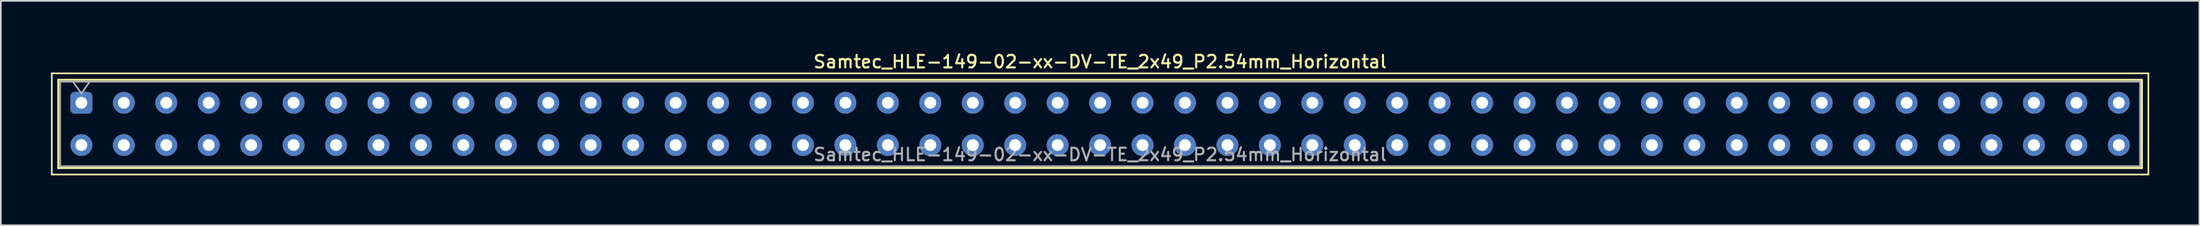
<source format=kicad_pcb>
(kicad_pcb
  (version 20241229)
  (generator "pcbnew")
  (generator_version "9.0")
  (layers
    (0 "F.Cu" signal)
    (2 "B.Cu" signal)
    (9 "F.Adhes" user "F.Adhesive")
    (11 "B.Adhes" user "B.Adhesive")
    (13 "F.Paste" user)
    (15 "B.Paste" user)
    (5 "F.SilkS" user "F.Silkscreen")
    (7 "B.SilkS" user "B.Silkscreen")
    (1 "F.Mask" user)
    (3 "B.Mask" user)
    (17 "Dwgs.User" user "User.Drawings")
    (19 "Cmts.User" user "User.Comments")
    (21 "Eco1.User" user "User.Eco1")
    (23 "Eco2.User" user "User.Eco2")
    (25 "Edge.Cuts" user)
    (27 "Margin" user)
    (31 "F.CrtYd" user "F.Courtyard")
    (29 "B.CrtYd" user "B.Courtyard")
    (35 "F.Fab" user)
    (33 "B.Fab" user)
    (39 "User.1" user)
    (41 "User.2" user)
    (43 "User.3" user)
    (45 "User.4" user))
  (footprint "Samtec_HLE-149-02-xx-DV-TE_2x49_P2.54mm_Horizontal"
    (layer "F.Cu")
    (at 1.82 3.128)
    (property "Reference" "Samtec_HLE-149-02-xx-DV-TE_2x49_P2.54mm_Horizontal" (at 60.96 -2.47 0) (layer "F.SilkS") (effects (font (size 0.75 0.75) (thickness 0.125))))
    (attr through_hole)
    (fp_line (start -1.77 -1.77) (end 123.69 -1.77) (stroke (width 0.1) (type solid)) (layer "F.SilkS"))
    (fp_line (start -1.77 4.31) (end -1.77 -1.77) (stroke (width 0.1) (type solid)) (layer "F.SilkS"))
    (fp_line (start -1.38 -1.38) (end 123.3 -1.38) (stroke (width 0.12) (type solid)) (layer "F.SilkS"))
    (fp_line (start -1.38 3.92) (end -1.38 -1.38) (stroke (width 0.12) (type solid)) (layer "F.SilkS"))
    (fp_line (start 123.3 -1.38) (end 123.3 3.92) (stroke (width 0.12) (type solid)) (layer "F.SilkS"))
    (fp_line (start 123.3 3.92) (end -1.38 3.92) (stroke (width 0.12) (type solid)) (layer "F.SilkS"))
    (fp_line (start 123.69 -1.77) (end 123.69 4.31) (stroke (width 0.1) (type solid)) (layer "F.SilkS"))
    (fp_line (start 123.69 4.31) (end -1.77 4.31) (stroke (width 0.1) (type solid)) (layer "F.SilkS"))
    (fp_line (start -1.27 -1.27) (end 123.19 -1.27) (stroke (width 0.1) (type solid)) (layer "F.Fab"))
    (fp_line (start -1.27 3.81) (end -1.27 -1.27) (stroke (width 0.1) (type solid)) (layer "F.Fab"))
    (fp_line (start -0.5 -1.27) (end 0 -0.563) (stroke (width 0.1) (type solid)) (layer "F.Fab"))
    (fp_line (start 0 -0.563) (end 0.5 -1.27) (stroke (width 0.1) (type solid)) (layer "F.Fab"))
    (fp_line (start 123.19 -1.27) (end 123.19 3.81) (stroke (width 0.1) (type solid)) (layer "F.Fab"))
    (fp_line (start 123.19 3.81) (end -1.27 3.81) (stroke (width 0.1) (type solid)) (layer "F.Fab"))
    (fp_text user "${REFERENCE}" (at 60.96 3.11 0) (layer "F.Fab") (effects (font (size 0.75 0.75) (thickness 0.125))))
    (pad "1" thru_hole roundrect (at 0 0) (size 1.31 1.31) (drill 0.71) (layers "*.Cu" "*.Mask") (roundrect_rratio 0.191))
    (pad "2" thru_hole circle (at 0 2.54) (size 1.31 1.31) (drill 0.71) (layers "*.Cu" "*.Mask"))
    (pad "3" thru_hole circle (at 2.54 0) (size 1.31 1.31) (drill 0.71) (layers "*.Cu" "*.Mask"))
    (pad "4" thru_hole circle (at 2.54 2.54) (size 1.31 1.31) (drill 0.71) (layers "*.Cu" "*.Mask"))
    (pad "5" thru_hole circle (at 5.08 0) (size 1.31 1.31) (drill 0.71) (layers "*.Cu" "*.Mask"))
    (pad "6" thru_hole circle (at 5.08 2.54) (size 1.31 1.31) (drill 0.71) (layers "*.Cu" "*.Mask"))
    (pad "7" thru_hole circle (at 7.62 0) (size 1.31 1.31) (drill 0.71) (layers "*.Cu" "*.Mask"))
    (pad "8" thru_hole circle (at 7.62 2.54) (size 1.31 1.31) (drill 0.71) (layers "*.Cu" "*.Mask"))
    (pad "9" thru_hole circle (at 10.16 0) (size 1.31 1.31) (drill 0.71) (layers "*.Cu" "*.Mask"))
    (pad "10" thru_hole circle (at 10.16 2.54) (size 1.31 1.31) (drill 0.71) (layers "*.Cu" "*.Mask"))
    (pad "11" thru_hole circle (at 12.7 0) (size 1.31 1.31) (drill 0.71) (layers "*.Cu" "*.Mask"))
    (pad "12" thru_hole circle (at 12.7 2.54) (size 1.31 1.31) (drill 0.71) (layers "*.Cu" "*.Mask"))
    (pad "13" thru_hole circle (at 15.24 0) (size 1.31 1.31) (drill 0.71) (layers "*.Cu" "*.Mask"))
    (pad "14" thru_hole circle (at 15.24 2.54) (size 1.31 1.31) (drill 0.71) (layers "*.Cu" "*.Mask"))
    (pad "15" thru_hole circle (at 17.78 0) (size 1.31 1.31) (drill 0.71) (layers "*.Cu" "*.Mask"))
    (pad "16" thru_hole circle (at 17.78 2.54) (size 1.31 1.31) (drill 0.71) (layers "*.Cu" "*.Mask"))
    (pad "17" thru_hole circle (at 20.32 0) (size 1.31 1.31) (drill 0.71) (layers "*.Cu" "*.Mask"))
    (pad "18" thru_hole circle (at 20.32 2.54) (size 1.31 1.31) (drill 0.71) (layers "*.Cu" "*.Mask"))
    (pad "19" thru_hole circle (at 22.86 0) (size 1.31 1.31) (drill 0.71) (layers "*.Cu" "*.Mask"))
    (pad "20" thru_hole circle (at 22.86 2.54) (size 1.31 1.31) (drill 0.71) (layers "*.Cu" "*.Mask"))
    (pad "21" thru_hole circle (at 25.4 0) (size 1.31 1.31) (drill 0.71) (layers "*.Cu" "*.Mask"))
    (pad "22" thru_hole circle (at 25.4 2.54) (size 1.31 1.31) (drill 0.71) (layers "*.Cu" "*.Mask"))
    (pad "23" thru_hole circle (at 27.94 0) (size 1.31 1.31) (drill 0.71) (layers "*.Cu" "*.Mask"))
    (pad "24" thru_hole circle (at 27.94 2.54) (size 1.31 1.31) (drill 0.71) (layers "*.Cu" "*.Mask"))
    (pad "25" thru_hole circle (at 30.48 0) (size 1.31 1.31) (drill 0.71) (layers "*.Cu" "*.Mask"))
    (pad "26" thru_hole circle (at 30.48 2.54) (size 1.31 1.31) (drill 0.71) (layers "*.Cu" "*.Mask"))
    (pad "27" thru_hole circle (at 33.02 0) (size 1.31 1.31) (drill 0.71) (layers "*.Cu" "*.Mask"))
    (pad "28" thru_hole circle (at 33.02 2.54) (size 1.31 1.31) (drill 0.71) (layers "*.Cu" "*.Mask"))
    (pad "29" thru_hole circle (at 35.56 0) (size 1.31 1.31) (drill 0.71) (layers "*.Cu" "*.Mask"))
    (pad "30" thru_hole circle (at 35.56 2.54) (size 1.31 1.31) (drill 0.71) (layers "*.Cu" "*.Mask"))
    (pad "31" thru_hole circle (at 38.1 0) (size 1.31 1.31) (drill 0.71) (layers "*.Cu" "*.Mask"))
    (pad "32" thru_hole circle (at 38.1 2.54) (size 1.31 1.31) (drill 0.71) (layers "*.Cu" "*.Mask"))
    (pad "33" thru_hole circle (at 40.64 0) (size 1.31 1.31) (drill 0.71) (layers "*.Cu" "*.Mask"))
    (pad "34" thru_hole circle (at 40.64 2.54) (size 1.31 1.31) (drill 0.71) (layers "*.Cu" "*.Mask"))
    (pad "35" thru_hole circle (at 43.18 0) (size 1.31 1.31) (drill 0.71) (layers "*.Cu" "*.Mask"))
    (pad "36" thru_hole circle (at 43.18 2.54) (size 1.31 1.31) (drill 0.71) (layers "*.Cu" "*.Mask"))
    (pad "37" thru_hole circle (at 45.72 0) (size 1.31 1.31) (drill 0.71) (layers "*.Cu" "*.Mask"))
    (pad "38" thru_hole circle (at 45.72 2.54) (size 1.31 1.31) (drill 0.71) (layers "*.Cu" "*.Mask"))
    (pad "39" thru_hole circle (at 48.26 0) (size 1.31 1.31) (drill 0.71) (layers "*.Cu" "*.Mask"))
    (pad "40" thru_hole circle (at 48.26 2.54) (size 1.31 1.31) (drill 0.71) (layers "*.Cu" "*.Mask"))
    (pad "41" thru_hole circle (at 50.8 0) (size 1.31 1.31) (drill 0.71) (layers "*.Cu" "*.Mask"))
    (pad "42" thru_hole circle (at 50.8 2.54) (size 1.31 1.31) (drill 0.71) (layers "*.Cu" "*.Mask"))
    (pad "43" thru_hole circle (at 53.34 0) (size 1.31 1.31) (drill 0.71) (layers "*.Cu" "*.Mask"))
    (pad "44" thru_hole circle (at 53.34 2.54) (size 1.31 1.31) (drill 0.71) (layers "*.Cu" "*.Mask"))
    (pad "45" thru_hole circle (at 55.88 0) (size 1.31 1.31) (drill 0.71) (layers "*.Cu" "*.Mask"))
    (pad "46" thru_hole circle (at 55.88 2.54) (size 1.31 1.31) (drill 0.71) (layers "*.Cu" "*.Mask"))
    (pad "47" thru_hole circle (at 58.42 0) (size 1.31 1.31) (drill 0.71) (layers "*.Cu" "*.Mask"))
    (pad "48" thru_hole circle (at 58.42 2.54) (size 1.31 1.31) (drill 0.71) (layers "*.Cu" "*.Mask"))
    (pad "49" thru_hole circle (at 60.96 0) (size 1.31 1.31) (drill 0.71) (layers "*.Cu" "*.Mask"))
    (pad "50" thru_hole circle (at 60.96 2.54) (size 1.31 1.31) (drill 0.71) (layers "*.Cu" "*.Mask"))
    (pad "51" thru_hole circle (at 63.5 0) (size 1.31 1.31) (drill 0.71) (layers "*.Cu" "*.Mask"))
    (pad "52" thru_hole circle (at 63.5 2.54) (size 1.31 1.31) (drill 0.71) (layers "*.Cu" "*.Mask"))
    (pad "53" thru_hole circle (at 66.04 0) (size 1.31 1.31) (drill 0.71) (layers "*.Cu" "*.Mask"))
    (pad "54" thru_hole circle (at 66.04 2.54) (size 1.31 1.31) (drill 0.71) (layers "*.Cu" "*.Mask"))
    (pad "55" thru_hole circle (at 68.58 0) (size 1.31 1.31) (drill 0.71) (layers "*.Cu" "*.Mask"))
    (pad "56" thru_hole circle (at 68.58 2.54) (size 1.31 1.31) (drill 0.71) (layers "*.Cu" "*.Mask"))
    (pad "57" thru_hole circle (at 71.12 0) (size 1.31 1.31) (drill 0.71) (layers "*.Cu" "*.Mask"))
    (pad "58" thru_hole circle (at 71.12 2.54) (size 1.31 1.31) (drill 0.71) (layers "*.Cu" "*.Mask"))
    (pad "59" thru_hole circle (at 73.66 0) (size 1.31 1.31) (drill 0.71) (layers "*.Cu" "*.Mask"))
    (pad "60" thru_hole circle (at 73.66 2.54) (size 1.31 1.31) (drill 0.71) (layers "*.Cu" "*.Mask"))
    (pad "61" thru_hole circle (at 76.2 0) (size 1.31 1.31) (drill 0.71) (layers "*.Cu" "*.Mask"))
    (pad "62" thru_hole circle (at 76.2 2.54) (size 1.31 1.31) (drill 0.71) (layers "*.Cu" "*.Mask"))
    (pad "63" thru_hole circle (at 78.74 0) (size 1.31 1.31) (drill 0.71) (layers "*.Cu" "*.Mask"))
    (pad "64" thru_hole circle (at 78.74 2.54) (size 1.31 1.31) (drill 0.71) (layers "*.Cu" "*.Mask"))
    (pad "65" thru_hole circle (at 81.28 0) (size 1.31 1.31) (drill 0.71) (layers "*.Cu" "*.Mask"))
    (pad "66" thru_hole circle (at 81.28 2.54) (size 1.31 1.31) (drill 0.71) (layers "*.Cu" "*.Mask"))
    (pad "67" thru_hole circle (at 83.82 0) (size 1.31 1.31) (drill 0.71) (layers "*.Cu" "*.Mask"))
    (pad "68" thru_hole circle (at 83.82 2.54) (size 1.31 1.31) (drill 0.71) (layers "*.Cu" "*.Mask"))
    (pad "69" thru_hole circle (at 86.36 0) (size 1.31 1.31) (drill 0.71) (layers "*.Cu" "*.Mask"))
    (pad "70" thru_hole circle (at 86.36 2.54) (size 1.31 1.31) (drill 0.71) (layers "*.Cu" "*.Mask"))
    (pad "71" thru_hole circle (at 88.9 0) (size 1.31 1.31) (drill 0.71) (layers "*.Cu" "*.Mask"))
    (pad "72" thru_hole circle (at 88.9 2.54) (size 1.31 1.31) (drill 0.71) (layers "*.Cu" "*.Mask"))
    (pad "73" thru_hole circle (at 91.44 0) (size 1.31 1.31) (drill 0.71) (layers "*.Cu" "*.Mask"))
    (pad "74" thru_hole circle (at 91.44 2.54) (size 1.31 1.31) (drill 0.71) (layers "*.Cu" "*.Mask"))
    (pad "75" thru_hole circle (at 93.98 0) (size 1.31 1.31) (drill 0.71) (layers "*.Cu" "*.Mask"))
    (pad "76" thru_hole circle (at 93.98 2.54) (size 1.31 1.31) (drill 0.71) (layers "*.Cu" "*.Mask"))
    (pad "77" thru_hole circle (at 96.52 0) (size 1.31 1.31) (drill 0.71) (layers "*.Cu" "*.Mask"))
    (pad "78" thru_hole circle (at 96.52 2.54) (size 1.31 1.31) (drill 0.71) (layers "*.Cu" "*.Mask"))
    (pad "79" thru_hole circle (at 99.06 0) (size 1.31 1.31) (drill 0.71) (layers "*.Cu" "*.Mask"))
    (pad "80" thru_hole circle (at 99.06 2.54) (size 1.31 1.31) (drill 0.71) (layers "*.Cu" "*.Mask"))
    (pad "81" thru_hole circle (at 101.6 0) (size 1.31 1.31) (drill 0.71) (layers "*.Cu" "*.Mask"))
    (pad "82" thru_hole circle (at 101.6 2.54) (size 1.31 1.31) (drill 0.71) (layers "*.Cu" "*.Mask"))
    (pad "83" thru_hole circle (at 104.14 0) (size 1.31 1.31) (drill 0.71) (layers "*.Cu" "*.Mask"))
    (pad "84" thru_hole circle (at 104.14 2.54) (size 1.31 1.31) (drill 0.71) (layers "*.Cu" "*.Mask"))
    (pad "85" thru_hole circle (at 106.68 0) (size 1.31 1.31) (drill 0.71) (layers "*.Cu" "*.Mask"))
    (pad "86" thru_hole circle (at 106.68 2.54) (size 1.31 1.31) (drill 0.71) (layers "*.Cu" "*.Mask"))
    (pad "87" thru_hole circle (at 109.22 0) (size 1.31 1.31) (drill 0.71) (layers "*.Cu" "*.Mask"))
    (pad "88" thru_hole circle (at 109.22 2.54) (size 1.31 1.31) (drill 0.71) (layers "*.Cu" "*.Mask"))
    (pad "89" thru_hole circle (at 111.76 0) (size 1.31 1.31) (drill 0.71) (layers "*.Cu" "*.Mask"))
    (pad "90" thru_hole circle (at 111.76 2.54) (size 1.31 1.31) (drill 0.71) (layers "*.Cu" "*.Mask"))
    (pad "91" thru_hole circle (at 114.3 0) (size 1.31 1.31) (drill 0.71) (layers "*.Cu" "*.Mask"))
    (pad "92" thru_hole circle (at 114.3 2.54) (size 1.31 1.31) (drill 0.71) (layers "*.Cu" "*.Mask"))
    (pad "93" thru_hole circle (at 116.84 0) (size 1.31 1.31) (drill 0.71) (layers "*.Cu" "*.Mask"))
    (pad "94" thru_hole circle (at 116.84 2.54) (size 1.31 1.31) (drill 0.71) (layers "*.Cu" "*.Mask"))
    (pad "95" thru_hole circle (at 119.38 0) (size 1.31 1.31) (drill 0.71) (layers "*.Cu" "*.Mask"))
    (pad "96" thru_hole circle (at 119.38 2.54) (size 1.31 1.31) (drill 0.71) (layers "*.Cu" "*.Mask"))
    (pad "97" thru_hole circle (at 121.92 0) (size 1.31 1.31) (drill 0.71) (layers "*.Cu" "*.Mask"))
    (pad "98" thru_hole circle (at 121.92 2.54) (size 1.31 1.31) (drill 0.71) (layers "*.Cu" "*.Mask")))
  (gr_rect
    (start -3 -3)
    (end 128.56 10.488)
    (stroke (width 0.1) (type default))
    (fill no)
    (layer "Edge.Cuts")))
</source>
